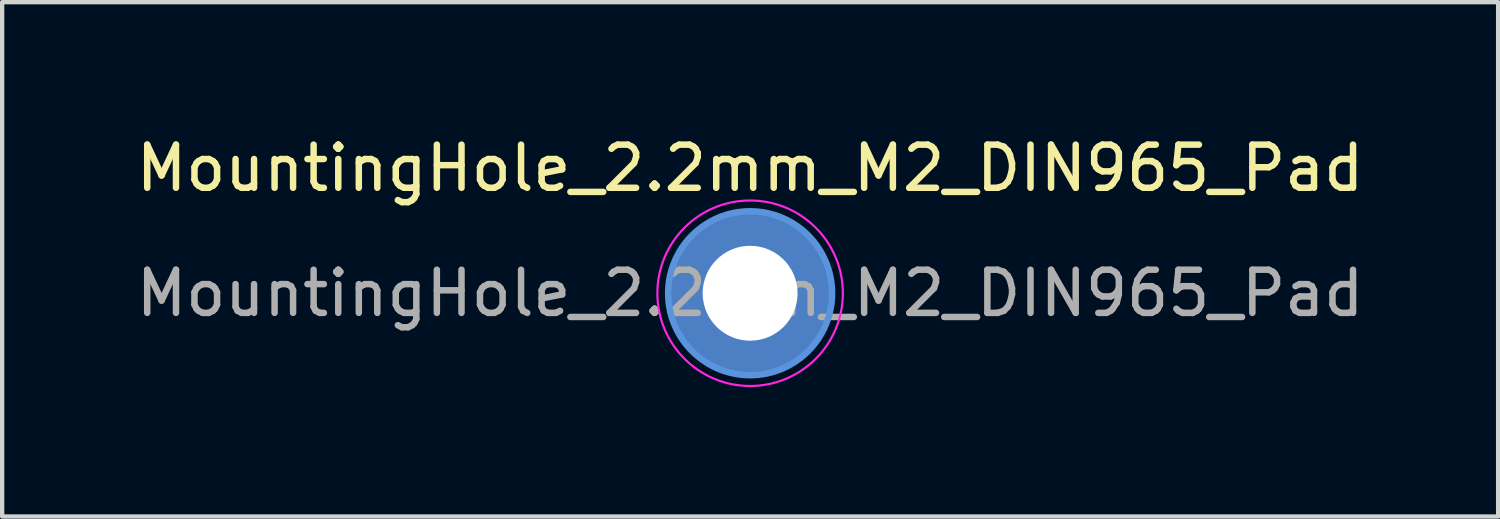
<source format=kicad_pcb>
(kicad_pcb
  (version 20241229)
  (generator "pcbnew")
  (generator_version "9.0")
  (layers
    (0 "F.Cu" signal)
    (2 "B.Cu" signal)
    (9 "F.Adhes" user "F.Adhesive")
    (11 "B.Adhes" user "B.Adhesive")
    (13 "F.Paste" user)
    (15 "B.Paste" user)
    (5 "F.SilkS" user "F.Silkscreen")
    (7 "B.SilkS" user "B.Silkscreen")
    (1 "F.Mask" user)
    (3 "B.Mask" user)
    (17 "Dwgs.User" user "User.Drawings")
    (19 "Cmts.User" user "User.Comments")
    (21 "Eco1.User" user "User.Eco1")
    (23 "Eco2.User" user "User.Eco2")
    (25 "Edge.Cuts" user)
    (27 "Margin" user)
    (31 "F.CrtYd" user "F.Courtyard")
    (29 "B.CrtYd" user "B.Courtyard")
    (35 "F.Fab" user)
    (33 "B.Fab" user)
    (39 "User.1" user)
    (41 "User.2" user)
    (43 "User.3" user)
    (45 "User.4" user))
  (footprint "MountingHole_2.2mm_M2_DIN965_Pad"
    (layer "F.Cu")
    (at 14.339 3.748)
    (property "Reference" "MountingHole_2.2mm_M2_DIN965_Pad" (at 0 -2.9 0) (layer "F.SilkS") (effects (font (size 1 1) (thickness 0.15))))
    (attr exclude_from_pos_files exclude_from_bom)
    (fp_circle (center 0 0) (end 1.9 0) (stroke (width 0.15) (type solid)) (fill no) (layer "Cmts.User"))
    (fp_circle (center 0 0) (end 2.15 0) (stroke (width 0.05) (type solid)) (fill no) (layer "F.CrtYd"))
    (fp_text user "${REFERENCE}" (at 0 0 0) (layer "F.Fab") (effects (font (size 1 1) (thickness 0.15))))
    (pad "1" thru_hole circle (at 0 0) (size 3.8 3.8) (drill 2.2) (layers "*.Cu" "*.Mask")))
  (gr_rect
    (start -3 -3)
    (end 31.679 8.923)
    (stroke (width 0.1) (type default))
    (fill no)
    (layer "Edge.Cuts")))
</source>
